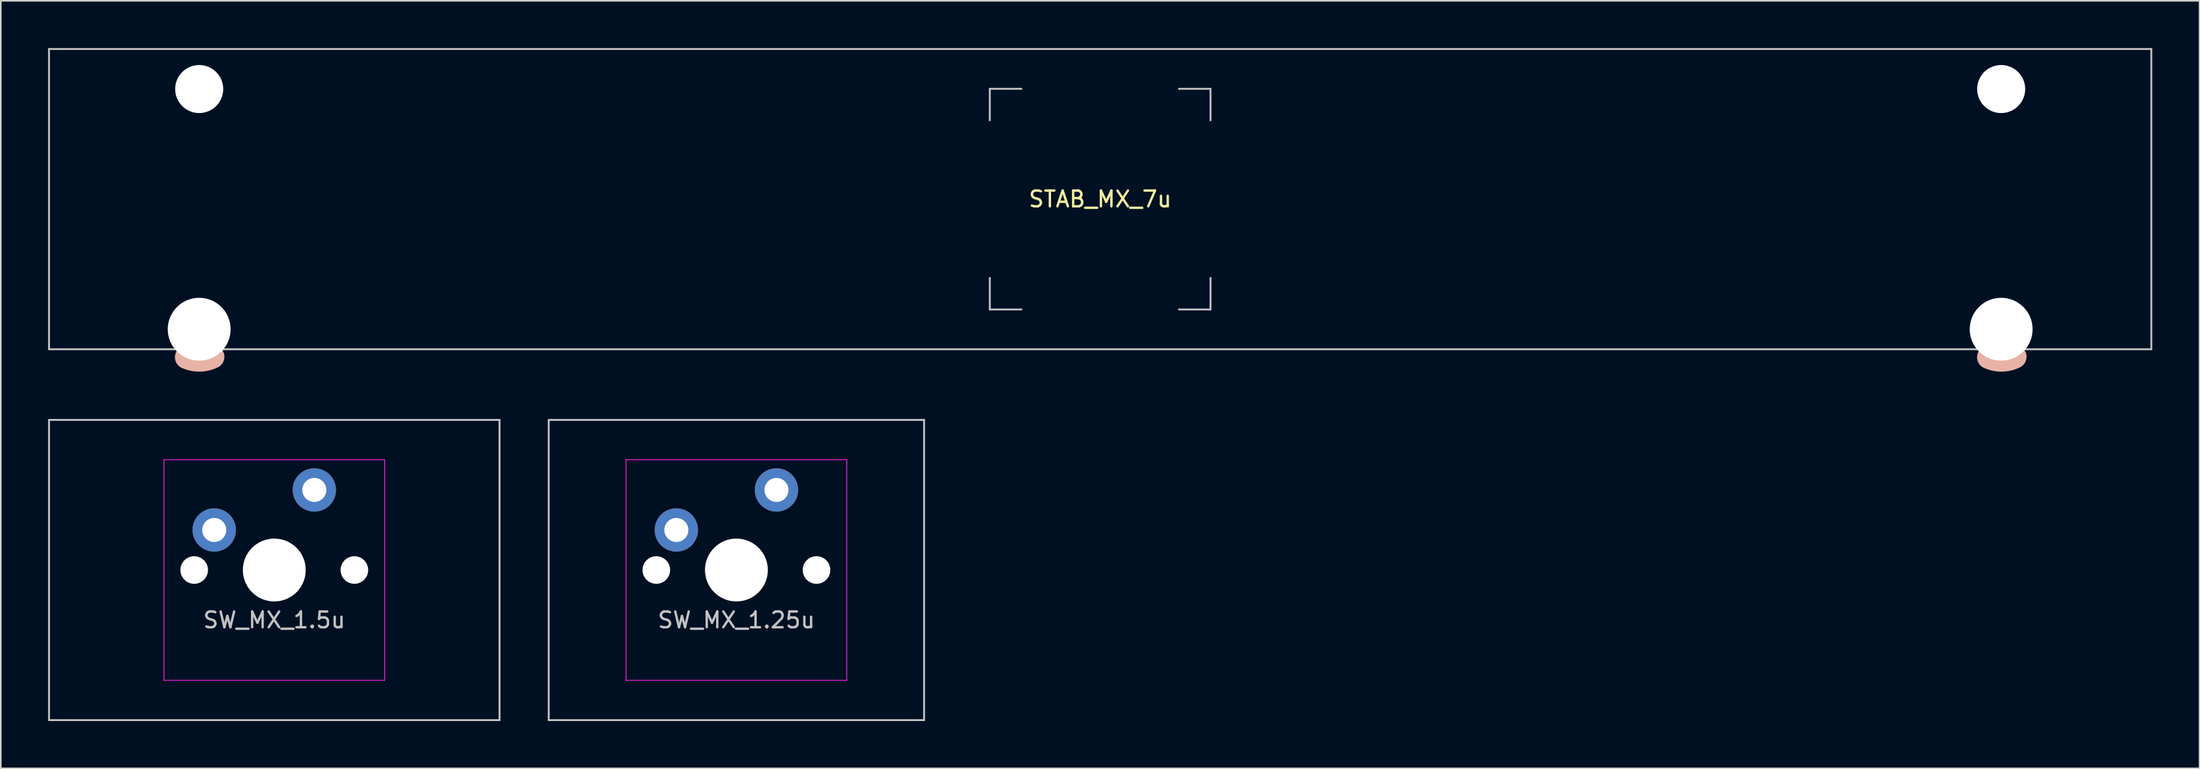
<source format=kicad_pcb>
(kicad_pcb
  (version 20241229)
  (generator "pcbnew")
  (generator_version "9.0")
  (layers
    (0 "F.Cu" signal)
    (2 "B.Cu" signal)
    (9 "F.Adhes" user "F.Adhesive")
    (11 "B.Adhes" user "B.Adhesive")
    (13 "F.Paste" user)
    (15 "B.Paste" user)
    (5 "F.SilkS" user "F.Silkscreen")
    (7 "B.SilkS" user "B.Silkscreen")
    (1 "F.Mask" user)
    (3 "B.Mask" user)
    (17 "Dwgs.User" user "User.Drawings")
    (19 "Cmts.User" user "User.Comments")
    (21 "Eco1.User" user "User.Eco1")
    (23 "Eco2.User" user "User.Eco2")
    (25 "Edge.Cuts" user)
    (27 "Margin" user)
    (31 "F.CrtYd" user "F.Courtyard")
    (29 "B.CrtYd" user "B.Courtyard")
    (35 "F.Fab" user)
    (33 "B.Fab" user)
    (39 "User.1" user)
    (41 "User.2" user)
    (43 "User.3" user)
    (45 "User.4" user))
  (footprint "STAB_MX_7u"
    (layer "F.Cu")
    (at 66.735 9.585)
    (property "Reference" "STAB_MX_7u" (at 0 0 0) (layer "F.SilkS") (effects (font (size 1 1) (thickness 0.15))))
    (attr through_hole exclude_from_pos_files exclude_from_bom)
    (fp_circle (center -57.15 -6.985) (end -55.65 -6.985) (stroke (width 1) (type solid)) (fill no) (layer "B.Mask"))
    (fp_circle (center 57.15 -6.985) (end 58.65 -6.985) (stroke (width 1) (type solid)) (fill no) (layer "B.Mask"))
    (fp_arc (start -56.301161 10.002042) (mid -57.116911 10.197561) (end -57.938861 10.03001) (stroke (width 1.5) (type default)) (layer "B.SilkS"))
    (fp_arc (start 58.008839 10.002042) (mid 57.193089 10.197561) (end 56.371139 10.03001) (stroke (width 1.5) (type default)) (layer "B.SilkS"))
    (fp_line (start -66.675 -9.525) (end -66.675 9.525) (stroke (width 0.12) (type solid)) (layer "Dwgs.User"))
    (fp_line (start -66.675 -9.525) (end 66.675 -9.525) (stroke (width 0.12) (type solid)) (layer "Dwgs.User"))
    (fp_line (start -66.675 9.525) (end 66.675 9.525) (stroke (width 0.12) (type solid)) (layer "Dwgs.User"))
    (fp_line (start -7 -7) (end -5 -7) (stroke (width 0.12) (type solid)) (layer "Dwgs.User"))
    (fp_line (start -7 -5) (end -7 -7) (stroke (width 0.12) (type solid)) (layer "Dwgs.User"))
    (fp_line (start -7 7) (end -7 5) (stroke (width 0.12) (type solid)) (layer "Dwgs.User"))
    (fp_line (start -5 7) (end -7 7) (stroke (width 0.12) (type solid)) (layer "Dwgs.User"))
    (fp_line (start 5 -7) (end 7 -7) (stroke (width 0.12) (type solid)) (layer "Dwgs.User"))
    (fp_line (start 5 7) (end 7 7) (stroke (width 0.12) (type solid)) (layer "Dwgs.User"))
    (fp_line (start 7 -7) (end 7 -5) (stroke (width 0.12) (type solid)) (layer "Dwgs.User"))
    (fp_line (start 7 7) (end 7 5) (stroke (width 0.12) (type solid)) (layer "Dwgs.User"))
    (fp_line (start 66.675 -9.525) (end 66.675 9.525) (stroke (width 0.12) (type solid)) (layer "Dwgs.User"))
    (fp_line (start -60.525 -5.5) (end -60.525 7.5) (stroke (width 0.05) (type solid)) (layer "Eco2.User"))
    (fp_line (start -60.025 -6) (end -54.275 -6) (stroke (width 0.05) (type solid)) (layer "Eco2.User"))
    (fp_line (start -60.025 8) (end -54.275 8) (stroke (width 0.05) (type solid)) (layer "Eco2.User"))
    (fp_line (start -53.775 -5.5) (end -53.775 7.5) (stroke (width 0.05) (type solid)) (layer "Eco2.User"))
    (fp_line (start 53.775 -5.5) (end 53.775 7.5) (stroke (width 0.05) (type solid)) (layer "Eco2.User"))
    (fp_line (start 54.275 -6) (end 60.024 -6) (stroke (width 0.05) (type solid)) (layer "Eco2.User"))
    (fp_line (start 54.275 8) (end 60.025 8) (stroke (width 0.05) (type solid)) (layer "Eco2.User"))
    (fp_line (start 60.524 -5.5) (end 60.525 7.5) (stroke (width 0.05) (type solid)) (layer "Eco2.User"))
    (fp_arc (start -60.525 -5.499999) (mid -60.378553 -5.853552) (end -60.025 -5.999999) (stroke (width 0.05) (type solid)) (layer "Eco2.User"))
    (fp_arc (start -60.025 8.000001) (mid -60.378553 7.853554) (end -60.525 7.500001) (stroke (width 0.05) (type solid)) (layer "Eco2.User"))
    (fp_arc (start -54.275 -5.999999) (mid -53.921447 -5.853552) (end -53.775 -5.499999) (stroke (width 0.05) (type solid)) (layer "Eco2.User"))
    (fp_arc (start -53.775 7.500001) (mid -53.921447 7.853554) (end -54.275 8.000001) (stroke (width 0.05) (type solid)) (layer "Eco2.User"))
    (fp_arc (start 53.775 -5.499999) (mid 53.921447 -5.853552) (end 54.275 -5.999999) (stroke (width 0.05) (type solid)) (layer "Eco2.User"))
    (fp_arc (start 54.275 8.000001) (mid 53.921447 7.853554) (end 53.775 7.500001) (stroke (width 0.05) (type solid)) (layer "Eco2.User"))
    (fp_arc (start 60.023789 -5.999999) (mid 60.377342 -5.853552) (end 60.523789 -5.499999) (stroke (width 0.05) (type solid)) (layer "Eco2.User"))
    (fp_arc (start 60.525 7.500001) (mid 60.378553 7.853554) (end 60.025 8.000001) (stroke (width 0.05) (type solid)) (layer "Eco2.User"))
    (pad "" np_thru_hole circle (at -57.15 -6.985) (size 3.048 3.048) (drill 3.048) (layers "*.Cu" "*.Mask"))
    (pad "" np_thru_hole circle (at -57.15 8.255) (size 3.988 3.988) (drill 3.988) (layers "*.Cu" "*.Mask"))
    (pad "" np_thru_hole circle (at 57.15 -6.985) (size 3.048 3.048) (drill 3.048) (layers "*.Cu" "*.Mask"))
    (pad "" np_thru_hole circle (at 57.15 8.255) (size 3.988 3.988) (drill 3.988) (layers "*.Cu" "*.Mask"))
    (zone (net_name "") (layer "B.Cu") (hatch edge 0.5) (connect_pads) (min_thickness 0.25) (filled_areas_thickness no) (keepout (tracks allowed) (vias allowed) (pads allowed) (copperpour not_allowed) (footprints allowed)) (placement (enabled no)) (fill) (polygon (pts (xy 11.085 2.6) (xy 11.065 2.353) (xy 11.004 2.113) (xy 10.904 1.886) (xy 10.769 1.679) (xy 10.601 1.496) (xy 10.405 1.344) (xy 10.188 1.226) (xy 9.953 1.146) (xy 9.709 1.105) (xy 9.461 1.105) (xy 9.217 1.146) (xy 8.982 1.226) (xy 8.765 1.344) (xy 8.569 1.496) (xy 8.401 1.679) (xy 8.266 1.886) (xy 8.166 2.113) (xy 8.105 2.353) (xy 8.085 2.6) (xy 8.105 2.847) (xy 8.166 3.087) (xy 8.266 3.314) (xy 8.401 3.521) (xy 8.569 3.704) (xy 8.765 3.856) (xy 8.982 3.974) (xy 9.217 4.054) (xy 9.461 4.095) (xy 9.709 4.095) (xy 9.953 4.054) (xy 10.188 3.974) (xy 10.405 3.856) (xy 10.601 3.704) (xy 10.769 3.521) (xy 10.904 3.314) (xy 11.004 3.087) (xy 11.065 2.847))))
    (zone (net_name "") (layer "B.Cu") (hatch edge 0.5) (connect_pads) (min_thickness 0.25) (filled_areas_thickness no) (keepout (tracks allowed) (vias allowed) (pads allowed) (copperpour not_allowed) (footprints allowed)) (placement (enabled no)) (fill) (polygon (pts (xy 125.385 2.6) (xy 125.365 2.353) (xy 125.304 2.113) (xy 125.204 1.886) (xy 125.069 1.679) (xy 124.901 1.496) (xy 124.705 1.344) (xy 124.488 1.226) (xy 124.253 1.146) (xy 124.009 1.105) (xy 123.761 1.105) (xy 123.517 1.146) (xy 123.282 1.226) (xy 123.065 1.344) (xy 122.869 1.496) (xy 122.701 1.679) (xy 122.566 1.886) (xy 122.466 2.113) (xy 122.405 2.353) (xy 122.385 2.6) (xy 122.405 2.847) (xy 122.466 3.087) (xy 122.566 3.314) (xy 122.701 3.521) (xy 122.869 3.704) (xy 123.065 3.856) (xy 123.282 3.974) (xy 123.517 4.054) (xy 123.761 4.095) (xy 124.009 4.095) (xy 124.253 4.054) (xy 124.488 3.974) (xy 124.705 3.856) (xy 124.901 3.704) (xy 125.069 3.521) (xy 125.204 3.314) (xy 125.304 3.087) (xy 125.365 2.847))))
    (zone (net_name "") (layer "B.Cu") (hatch edge 0.5) (connect_pads) (min_thickness 0.25) (filled_areas_thickness no) (keepout (tracks allowed) (vias allowed) (pads allowed) (copperpour not_allowed) (footprints allowed)) (placement (enabled no)) (fill) (polygon (pts (xy 9.87 0.62) (xy 10.148 0.681) (xy 10.416 0.781) (xy 10.666 0.917) (xy 10.895 1.089) (xy 11.096 1.29) (xy 11.268 1.519) (xy 11.404 1.769) (xy 11.504 2.037) (xy 11.565 2.315) (xy 11.585 2.6) (xy 11.565 2.885) (xy 11.504 3.163) (xy 11.404 3.431) (xy 11.268 3.681) (xy 11.096 3.91) (xy 10.895 4.111) (xy 10.666 4.283) (xy 10.416 4.419) (xy 10.148 4.519) (xy 9.87 4.58) (xy 9.585 4.6) (xy 9.3 4.58) (xy 9.022 4.519) (xy 8.754 4.419) (xy 8.504 4.283) (xy 8.275 4.111) (xy 8.074 3.91) (xy 7.902 3.681) (xy 7.766 3.431) (xy 7.666 3.163) (xy 7.605 2.885) (xy 7.585 2.6) (xy 7.605 2.315) (xy 7.666 2.037) (xy 7.766 1.769) (xy 7.902 1.519) (xy 8.074 1.29) (xy 8.275 1.089) (xy 8.504 0.917) (xy 8.754 0.781) (xy 9.022 0.681) (xy 9.3 0.62) (xy 9.585 0.6))))
    (zone (net_name "") (layer "B.Cu") (hatch edge 0.5) (connect_pads) (min_thickness 0.25) (filled_areas_thickness no) (keepout (tracks allowed) (vias allowed) (pads allowed) (copperpour not_allowed) (footprints allowed)) (placement (enabled no)) (fill) (polygon (pts (xy 124.17 0.62) (xy 124.448 0.681) (xy 124.716 0.781) (xy 124.966 0.917) (xy 125.195 1.089) (xy 125.396 1.29) (xy 125.568 1.519) (xy 125.704 1.769) (xy 125.804 2.037) (xy 125.865 2.315) (xy 125.885 2.6) (xy 125.865 2.885) (xy 125.804 3.163) (xy 125.704 3.431) (xy 125.568 3.681) (xy 125.396 3.91) (xy 125.195 4.111) (xy 124.966 4.283) (xy 124.716 4.419) (xy 124.448 4.519) (xy 124.17 4.58) (xy 123.885 4.6) (xy 123.6 4.58) (xy 123.322 4.519) (xy 123.054 4.419) (xy 122.804 4.283) (xy 122.575 4.111) (xy 122.374 3.91) (xy 122.202 3.681) (xy 122.066 3.431) (xy 121.966 3.163) (xy 121.905 2.885) (xy 121.885 2.6) (xy 121.905 2.315) (xy 121.966 2.037) (xy 122.066 1.769) (xy 122.202 1.519) (xy 122.374 1.29) (xy 122.575 1.089) (xy 122.804 0.917) (xy 123.054 0.781) (xy 123.322 0.681) (xy 123.6 0.62) (xy 123.885 0.6)))))
  (footprint "SW_MX_1.5u"
    (layer "F.Cu")
    (at 14.348 33.118)
    (property "Reference" "SW_MX_1.5u" (at 0 3.175 0) (layer "Dwgs.User") (effects (font (size 1 1) (thickness 0.15))))
    (attr through_hole exclude_from_pos_files exclude_from_bom)
    (fp_line (start -14.287 -9.525) (end -14.287 9.525) (stroke (width 0.12) (type solid)) (layer "Dwgs.User"))
    (fp_line (start -14.287 9.525) (end 14.287 9.525) (stroke (width 0.12) (type solid)) (layer "Dwgs.User"))
    (fp_line (start 14.287 -9.525) (end -14.287 -9.525) (stroke (width 0.12) (type solid)) (layer "Dwgs.User"))
    (fp_line (start 14.287 9.525) (end 14.287 -9.525) (stroke (width 0.12) (type solid)) (layer "Dwgs.User"))
    (fp_line (start -7 6.5) (end -7 -6.5) (stroke (width 0.05) (type solid)) (layer "Eco2.User"))
    (fp_line (start -6.5 -7) (end 6.5 -7) (stroke (width 0.05) (type solid)) (layer "Eco2.User"))
    (fp_line (start 6.5 7) (end -6.5 7) (stroke (width 0.05) (type solid)) (layer "Eco2.User"))
    (fp_line (start 7 -6.5) (end 7 6.5) (stroke (width 0.05) (type solid)) (layer "Eco2.User"))
    (fp_arc (start -7 -6.5) (mid -6.853553 -6.853553) (end -6.5 -7) (stroke (width 0.05) (type solid)) (layer "Eco2.User"))
    (fp_arc (start -6.5 7) (mid -6.853553 6.853553) (end -7 6.5) (stroke (width 0.05) (type solid)) (layer "Eco2.User"))
    (fp_arc (start 6.5 -7) (mid 6.853553 -6.853553) (end 7 -6.5) (stroke (width 0.05) (type solid)) (layer "Eco2.User"))
    (fp_arc (start 6.997236 6.498884) (mid 6.850789 6.852437) (end 6.497236 6.998884) (stroke (width 0.05) (type solid)) (layer "Eco2.User"))
    (fp_line (start -7 -7) (end -7 7) (stroke (width 0.05) (type solid)) (layer "F.CrtYd"))
    (fp_line (start -7 7) (end 7 7) (stroke (width 0.05) (type solid)) (layer "F.CrtYd"))
    (fp_line (start 7 -7) (end -7 -7) (stroke (width 0.05) (type solid)) (layer "F.CrtYd"))
    (fp_line (start 7 7) (end 7 -7) (stroke (width 0.05) (type solid)) (layer "F.CrtYd"))
    (pad "" np_thru_hole circle (at -5.08 0) (size 1.75 1.75) (drill 1.75) (layers "*.Cu" "*.Mask"))
    (pad "" np_thru_hole circle (at 0 0) (size 3.988 3.988) (drill 3.988) (layers "*.Cu" "*.Mask"))
    (pad "" np_thru_hole circle (at 5.08 0) (size 1.75 1.75) (drill 1.75) (layers "*.Cu" "*.Mask"))
    (pad "1" thru_hole circle (at -3.81 -2.54) (size 2.75 2.75) (drill 1.524) (layers "*.Cu" "B.Mask"))
    (pad "2" thru_hole circle (at 2.54 -5.08) (size 2.75 2.75) (drill 1.524) (layers "*.Cu" "B.Mask")))
  (footprint "SW_MX_1.25u"
    (layer "F.Cu")
    (at 43.661 33.118)
    (property "Reference" "SW_MX_1.25u" (at 0 3.175 0) (layer "Dwgs.User") (effects (font (size 1 1) (thickness 0.15))))
    (attr through_hole exclude_from_pos_files exclude_from_bom)
    (fp_line (start -11.906 -9.525) (end -11.906 9.525) (stroke (width 0.12) (type solid)) (layer "Dwgs.User"))
    (fp_line (start -11.906 9.525) (end 11.906 9.525) (stroke (width 0.12) (type solid)) (layer "Dwgs.User"))
    (fp_line (start 11.906 -9.525) (end -11.906 -9.525) (stroke (width 0.12) (type solid)) (layer "Dwgs.User"))
    (fp_line (start 11.906 9.525) (end 11.906 -9.525) (stroke (width 0.12) (type solid)) (layer "Dwgs.User"))
    (fp_line (start -7 6.5) (end -7 -6.5) (stroke (width 0.05) (type solid)) (layer "Eco2.User"))
    (fp_line (start -6.5 -7) (end 6.5 -7) (stroke (width 0.05) (type solid)) (layer "Eco2.User"))
    (fp_line (start 6.5 7) (end -6.5 7) (stroke (width 0.05) (type solid)) (layer "Eco2.User"))
    (fp_line (start 7 -6.5) (end 7 6.5) (stroke (width 0.05) (type solid)) (layer "Eco2.User"))
    (fp_arc (start -7 -6.5) (mid -6.853553 -6.853553) (end -6.5 -7) (stroke (width 0.05) (type solid)) (layer "Eco2.User"))
    (fp_arc (start -6.5 7) (mid -6.853553 6.853553) (end -7 6.5) (stroke (width 0.05) (type solid)) (layer "Eco2.User"))
    (fp_arc (start 6.5 -7) (mid 6.853553 -6.853553) (end 7 -6.5) (stroke (width 0.05) (type solid)) (layer "Eco2.User"))
    (fp_arc (start 6.997236 6.498884) (mid 6.850789 6.852437) (end 6.497236 6.998884) (stroke (width 0.05) (type solid)) (layer "Eco2.User"))
    (fp_line (start -7 -7) (end -7 7) (stroke (width 0.05) (type solid)) (layer "F.CrtYd"))
    (fp_line (start -7 7) (end 7 7) (stroke (width 0.05) (type solid)) (layer "F.CrtYd"))
    (fp_line (start 7 -7) (end -7 -7) (stroke (width 0.05) (type solid)) (layer "F.CrtYd"))
    (fp_line (start 7 7) (end 7 -7) (stroke (width 0.05) (type solid)) (layer "F.CrtYd"))
    (pad "" np_thru_hole circle (at -5.08 0) (size 1.75 1.75) (drill 1.75) (layers "*.Cu" "*.Mask"))
    (pad "" np_thru_hole circle (at 0 0) (size 3.988 3.988) (drill 3.988) (layers "*.Cu" "*.Mask"))
    (pad "" np_thru_hole circle (at 5.08 0) (size 1.75 1.75) (drill 1.75) (layers "*.Cu" "*.Mask"))
    (pad "1" thru_hole circle (at -3.81 -2.54) (size 2.75 2.75) (drill 1.524) (layers "*.Cu" "B.Mask"))
    (pad "2" thru_hole circle (at 2.54 -5.08) (size 2.75 2.75) (drill 1.524) (layers "*.Cu" "B.Mask")))
  (gr_rect
    (start -3 -3)
    (end 136.47 45.703)
    (stroke (width 0.1) (type default))
    (fill no)
    (layer "Edge.Cuts")))
</source>
